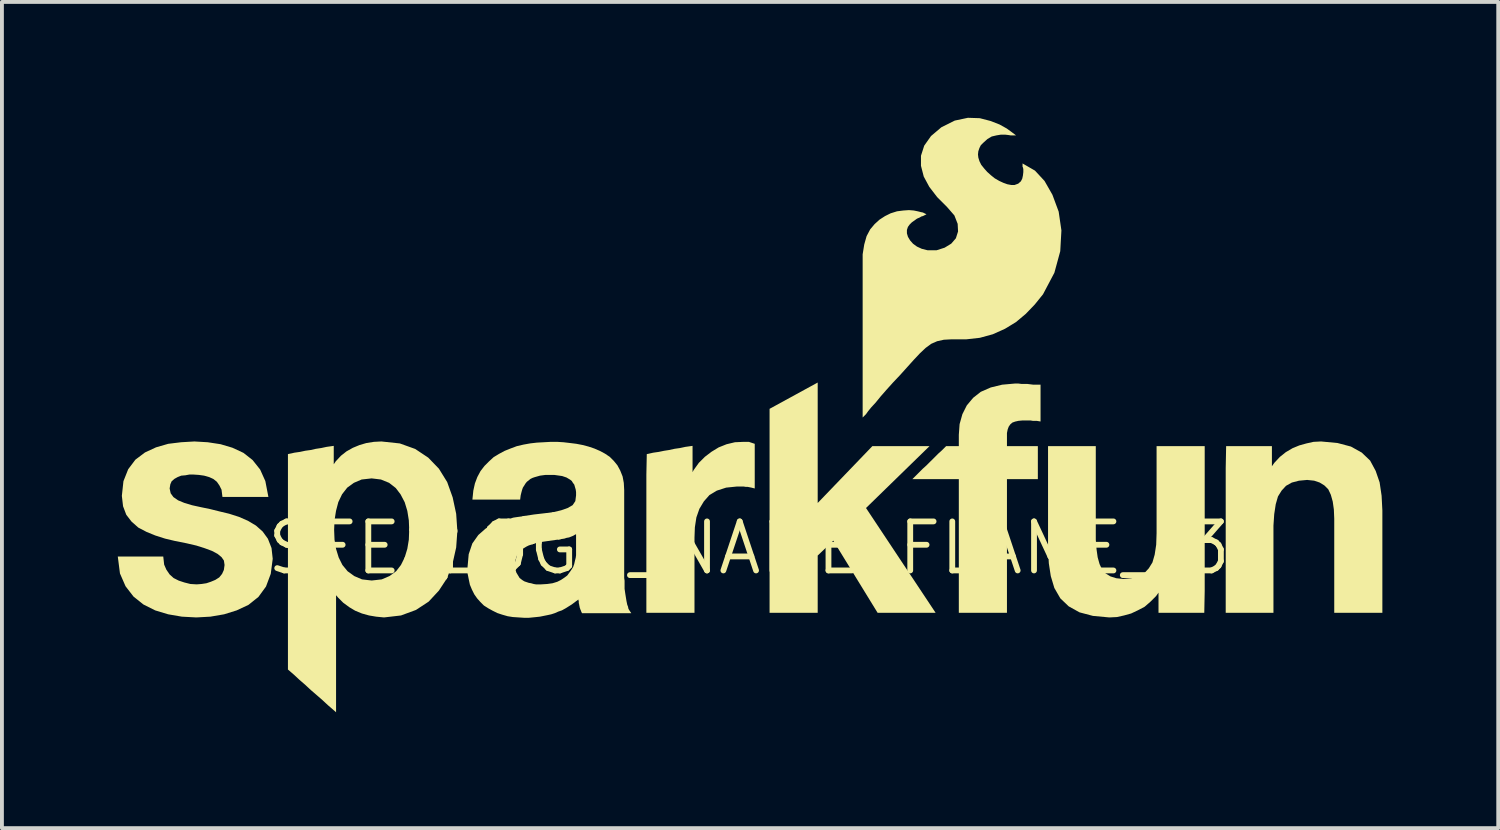
<source format=kicad_pcb>
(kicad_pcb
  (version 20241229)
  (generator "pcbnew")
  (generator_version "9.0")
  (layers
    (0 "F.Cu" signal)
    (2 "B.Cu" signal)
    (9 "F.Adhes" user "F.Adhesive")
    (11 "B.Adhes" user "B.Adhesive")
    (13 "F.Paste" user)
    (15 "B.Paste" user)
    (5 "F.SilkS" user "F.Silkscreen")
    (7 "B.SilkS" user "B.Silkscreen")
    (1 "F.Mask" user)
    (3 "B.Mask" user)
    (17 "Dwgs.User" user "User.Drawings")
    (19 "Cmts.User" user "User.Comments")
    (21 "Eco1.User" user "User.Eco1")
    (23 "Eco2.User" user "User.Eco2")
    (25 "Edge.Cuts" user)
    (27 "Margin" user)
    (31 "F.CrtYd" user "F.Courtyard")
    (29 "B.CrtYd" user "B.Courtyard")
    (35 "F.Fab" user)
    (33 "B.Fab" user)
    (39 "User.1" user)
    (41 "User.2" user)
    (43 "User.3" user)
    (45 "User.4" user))
  (footprint "SFE_LOGO_NAME_FLAME_.3"
    (layer "F.Cu")
    (at 16.344 11.14)
    (property "Reference" "SFE_LOGO_NAME_FLAME_.3" (at 0 0 0) (layer "F.SilkS") (effects (font (size 1.27 1.27) (thickness 0.15))))
    (fp_poly (pts (xy -7.55 -0.479) (xy -7.583 -0.016) (xy -7.674 0.389) (xy -7.83 0.811) (xy -8.927 0.278) (xy -8.848 0.019) (xy -8.809 -0.216) (xy -8.798 -0.511)) (stroke (width 0) (type solid)) (fill yes) (layer "F.SilkS"))
    (fp_poly (pts (xy -4.875 -0.23) (xy -5.335 -0.164) (xy -5.393 -0.155) (xy -5.463 -0.135) (xy -5.532 -0.125) (xy -5.625 -0.094) (xy -5.872 -0.823) (xy -5.566 -0.87) (xy -5.306 -0.9) (xy -5.031 -0.934)) (stroke (width 0) (type solid)) (fill yes) (layer "F.SilkS"))
    (fp_poly (pts (xy 1.777 -1.167) (xy 3.193 -2.64) (xy 4.673 -2.64) (xy 3.028 -1.037) (xy 4.83 1.676) (xy 3.328 1.676) (xy 2.181 -0.192) (xy 1.777 0.194) (xy 1.777 1.676) (xy 0.531 1.676) (xy 0.531 -3.605) (xy 1.777 -4.286)) (stroke (width 0) (type solid)) (fill yes) (layer "F.SilkS"))
    (fp_poly (pts (xy 0.147 -2.699) (xy 0.147 -1.543) (xy 0.061 -1.565) (xy -0.035 -1.584) (xy -0.084 -1.584) (xy -0.144 -1.594) (xy -0.309 -1.594) (xy -0.593 -1.565) (xy -0.835 -1.487) (xy -1.026 -1.372) (xy -1.17 -1.209) (xy -1.286 -1.016) (xy -1.364 -0.793) (xy -1.403 -0.538) (xy -1.413 -0.271) (xy -1.413 1.676) (xy -2.659 1.676) (xy -2.659 -1.902) (xy -2.648 -2.433) (xy -2.478 -2.47) (xy -2.338 -2.49) (xy -2.198 -2.519) (xy -2.068 -2.539) (xy -1.928 -2.57) (xy -1.788 -2.59) (xy -1.648 -2.62) (xy -1.463 -2.646) (xy -1.463 -1.966) (xy -1.433 -2.022) (xy -1.3 -2.207) (xy -1.146 -2.361) (xy -0.973 -2.493) (xy -0.788 -2.606) (xy -0.583 -2.688) (xy -0.366 -2.74) (xy -0.142 -2.75) (xy -0.005 -2.75)) (stroke (width 0) (type solid)) (fill yes) (layer "F.SilkS"))
    (fp_poly (pts (xy 7.051 -4.25) (xy 7.201 -4.25) (xy 7.361 -4.23) (xy 7.547 -4.23) (xy 7.547 -3.277) (xy 7.446 -3.294) (xy 7.346 -3.294) (xy 7.286 -3.304) (xy 7.081 -3.304) (xy 6.975 -3.294) (xy 6.89 -3.275) (xy 6.818 -3.249) (xy 6.767 -3.206) (xy 6.723 -3.144) (xy 6.696 -3.072) (xy 6.677 -2.978) (xy 6.677 -2.64) (xy 7.477 -2.64) (xy 7.477 -1.784) (xy 6.677 -1.784) (xy 6.677 1.676) (xy 5.431 1.676) (xy 5.431 -1.784) (xy 4.227 -1.784) (xy 4.493 -2.05) (xy 4.593 -2.14) (xy 4.893 -2.44) (xy 4.993 -2.53) (xy 5.103 -2.64) (xy 5.431 -2.64) (xy 5.431 -2.933) (xy 5.451 -3.209) (xy 5.523 -3.466) (xy 5.637 -3.693) (xy 5.802 -3.89) (xy 5.999 -4.045) (xy 6.257 -4.158) (xy 6.553 -4.23) (xy 6.887 -4.26) (xy 6.971 -4.26)) (stroke (width 0) (type solid)) (fill yes) (layer "F.SilkS"))
    (fp_poly (pts (xy 8.977 -0.214) (xy 8.997 0.034) (xy 9.026 0.24) (xy 9.075 0.415) (xy 9.141 0.557) (xy 9.234 0.658) (xy 9.355 0.733) (xy 9.507 0.781) (xy 9.689 0.8) (xy 9.902 0.78) (xy 10.085 0.732) (xy 10.235 0.648) (xy 10.349 0.525) (xy 10.444 0.372) (xy 10.502 0.17) (xy 10.541 -0.086) (xy 10.551 -0.383) (xy 10.551 -2.64) (xy 11.797 -2.64) (xy 11.797 1.108) (xy 11.786 1.676) (xy 10.601 1.676) (xy 10.601 1.154) (xy 10.538 1.243) (xy 10.395 1.386) (xy 10.241 1.52) (xy 10.066 1.612) (xy 9.892 1.694) (xy 9.708 1.745) (xy 9.524 1.786) (xy 9.328 1.796) (xy 8.902 1.756) (xy 8.555 1.664) (xy 8.276 1.509) (xy 8.059 1.302) (xy 7.904 1.033) (xy 7.812 0.726) (xy 7.761 0.392) (xy 7.741 0.009) (xy 7.741 -2.64) (xy 8.977 -2.64)) (stroke (width 0) (type solid)) (fill yes) (layer "F.SilkS"))
    (fp_poly (pts (xy 15.236 -2.72) (xy 15.583 -2.628) (xy 15.862 -2.473) (xy 16.08 -2.265) (xy 16.224 -1.997) (xy 16.326 -1.701) (xy 16.377 -1.356) (xy 16.397 -0.973) (xy 16.397 1.676) (xy 15.151 1.676) (xy 15.151 -0.761) (xy 15.141 -0.999) (xy 15.112 -1.204) (xy 15.063 -1.379) (xy 14.997 -1.52) (xy 14.895 -1.622) (xy 14.773 -1.697) (xy 14.631 -1.745) (xy 14.449 -1.764) (xy 14.236 -1.744) (xy 14.053 -1.696) (xy 13.903 -1.612) (xy 13.789 -1.489) (xy 13.694 -1.336) (xy 13.636 -1.134) (xy 13.597 -0.878) (xy 13.577 -0.581) (xy 13.577 1.676) (xy 12.341 1.676) (xy 12.341 -2.072) (xy 12.352 -2.64) (xy 13.537 -2.64) (xy 13.537 -2.118) (xy 13.599 -2.206) (xy 13.743 -2.36) (xy 13.897 -2.483) (xy 14.072 -2.586) (xy 14.247 -2.658) (xy 14.43 -2.709) (xy 14.614 -2.75) (xy 14.81 -2.76)) (stroke (width 0) (type solid)) (fill yes) (layer "F.SilkS"))
    (fp_poly (pts (xy -9.042 -2.709) (xy -8.644 -2.566) (xy -8.306 -2.341) (xy -8.031 -2.056) (xy -7.816 -1.709) (xy -7.674 -1.312) (xy -7.583 -0.887) (xy -7.55 -0.403) (xy -8.798 -0.435) (xy -8.809 -0.718) (xy -8.848 -0.963) (xy -8.916 -1.187) (xy -9.023 -1.391) (xy -9.148 -1.555) (xy -9.32 -1.689) (xy -9.531 -1.775) (xy -9.771 -1.804) (xy -10.031 -1.775) (xy -10.232 -1.689) (xy -10.404 -1.564) (xy -10.538 -1.392) (xy -10.635 -1.189) (xy -10.694 -0.964) (xy -10.733 -0.718) (xy -10.743 -0.472) (xy -10.733 -0.216) (xy -10.694 0.019) (xy -10.625 0.244) (xy -10.529 0.437) (xy -10.395 0.6) (xy -10.222 0.725) (xy -10.021 0.811) (xy -9.771 0.84) (xy -9.511 0.811) (xy -9.31 0.725) (xy -9.138 0.6) (xy -9.013 0.438) (xy -8.898 0.207) (xy -7.795 0.743) (xy -8.031 1.102) (xy -8.296 1.387) (xy -8.624 1.602) (xy -9.012 1.745) (xy -9.451 1.796) (xy -9.656 1.776) (xy -9.839 1.745) (xy -10.023 1.694) (xy -10.198 1.622) (xy -10.352 1.53) (xy -10.506 1.417) (xy -10.639 1.284) (xy -10.693 1.221) (xy -10.693 4.251) (xy -10.906 4.066) (xy -11.046 3.936) (xy -11.346 3.676) (xy -11.486 3.546) (xy -11.636 3.416) (xy -11.776 3.286) (xy -11.939 3.145) (xy -11.939 -2.433) (xy -11.768 -2.47) (xy -11.628 -2.49) (xy -11.488 -2.52) (xy -11.348 -2.539) (xy -11.218 -2.569) (xy -11.078 -2.59) (xy -10.938 -2.62) (xy -10.753 -2.646) (xy -10.753 -2.17) (xy -10.701 -2.246) (xy -10.567 -2.39) (xy -10.422 -2.504) (xy -10.258 -2.596) (xy -10.084 -2.668) (xy -9.909 -2.719) (xy -9.715 -2.75) (xy -9.52 -2.76)) (stroke (width 0) (type solid)) (fill yes) (layer "F.SilkS"))
    (fp_poly (pts (xy -14.017 -2.74) (xy -13.683 -2.689) (xy -13.377 -2.598) (xy -13.091 -2.465) (xy -12.854 -2.279) (xy -12.658 -2.032) (xy -12.524 -1.734) (xy -12.445 -1.324) (xy -13.635 -1.324) (xy -13.658 -1.511) (xy -13.714 -1.622) (xy -13.779 -1.716) (xy -13.871 -1.789) (xy -13.974 -1.836) (xy -14.109 -1.875) (xy -14.245 -1.894) (xy -14.392 -1.904) (xy -14.488 -1.904) (xy -14.596 -1.884) (xy -14.702 -1.875) (xy -14.795 -1.838) (xy -14.879 -1.791) (xy -14.95 -1.729) (xy -14.984 -1.651) (xy -15.002 -1.543) (xy -14.975 -1.418) (xy -14.904 -1.32) (xy -14.783 -1.236) (xy -14.618 -1.168) (xy -14.421 -1.109) (xy -14.193 -1.059) (xy -13.952 -1.009) (xy -13.712 -0.949) (xy -13.461 -0.889) (xy -13.208 -0.808) (xy -12.974 -0.706) (xy -12.768 -0.583) (xy -12.593 -0.428) (xy -12.457 -0.24) (xy -12.364 -0.001) (xy -12.333 0.278) (xy -12.384 0.667) (xy -12.507 0.996) (xy -12.703 1.265) (xy -12.961 1.471) (xy -13.267 1.614) (xy -13.592 1.715) (xy -13.947 1.776) (xy -14.311 1.796) (xy -14.685 1.776) (xy -15.04 1.715) (xy -15.375 1.614) (xy -15.682 1.46) (xy -15.938 1.255) (xy -16.144 0.988) (xy -16.288 0.658) (xy -16.344 0.22) (xy -15.167 0.22) (xy -15.144 0.428) (xy -15.087 0.559) (xy -15.002 0.683) (xy -14.899 0.776) (xy -14.766 0.843) (xy -14.62 0.891) (xy -14.465 0.93) (xy -14.301 0.94) (xy -14.175 0.93) (xy -14.05 0.911) (xy -13.934 0.872) (xy -13.819 0.824) (xy -13.717 0.759) (xy -13.644 0.668) (xy -13.598 0.567) (xy -13.58 0.438) (xy -13.597 0.323) (xy -13.659 0.234) (xy -13.762 0.15) (xy -13.907 0.073) (xy -14.093 0.004) (xy -14.311 -0.065) (xy -14.569 -0.125) (xy -14.869 -0.185) (xy -15.121 -0.245) (xy -15.374 -0.326) (xy -15.597 -0.417) (xy -15.813 -0.53) (xy -15.989 -0.686) (xy -16.125 -0.863) (xy -16.208 -1.083) (xy -16.239 -1.352) (xy -16.198 -1.731) (xy -16.075 -2.041) (xy -15.888 -2.289) (xy -15.641 -2.475) (xy -15.354 -2.608) (xy -15.039 -2.699) (xy -14.704 -2.74) (xy -14.361 -2.76)) (stroke (width 0) (type solid)) (fill yes) (layer "F.SilkS"))
    (fp_poly (pts (xy 5.974 -11.13) (xy 6.251 -11.058) (xy 6.485 -10.967) (xy 6.67 -10.864) (xy 6.782 -10.783) (xy 6.913 -10.684) (xy 6.776 -10.684) (xy 6.714 -10.694) (xy 6.627 -10.704) (xy 6.522 -10.704) (xy 6.406 -10.685) (xy 6.283 -10.656) (xy 6.172 -10.591) (xy 6.065 -10.494) (xy 6 -10.429) (xy 5.964 -10.357) (xy 5.936 -10.274) (xy 5.927 -10.192) (xy 5.936 -10.11) (xy 5.965 -10.016) (xy 6.011 -9.923) (xy 6.088 -9.827) (xy 6.166 -9.739) (xy 6.264 -9.651) (xy 6.361 -9.573) (xy 6.477 -9.506) (xy 6.583 -9.457) (xy 6.689 -9.419) (xy 6.792 -9.4) (xy 6.872 -9.4) (xy 6.969 -9.435) (xy 7.038 -9.496) (xy 7.073 -9.565) (xy 7.091 -9.648) (xy 7.101 -9.734) (xy 7.101 -9.808) (xy 7.093 -9.85) (xy 7.081 -9.873) (xy 7.081 -9.958) (xy 7.403 -9.772) (xy 7.65 -9.505) (xy 7.854 -9.148) (xy 8.016 -8.711) (xy 8.087 -8.224) (xy 8.057 -7.686) (xy 7.905 -7.128) (xy 7.611 -6.571) (xy 7.398 -6.307) (xy 7.165 -6.064) (xy 6.911 -5.851) (xy 6.627 -5.678) (xy 6.312 -5.536) (xy 5.976 -5.444) (xy 5.621 -5.404) (xy 5.23 -5.404) (xy 5.044 -5.394) (xy 4.871 -5.356) (xy 4.718 -5.289) (xy 4.573 -5.183) (xy 4.426 -5.045) (xy 4.267 -4.876) (xy 4.097 -4.687) (xy 3.907 -4.476) (xy 3.727 -4.286) (xy 3.557 -4.097) (xy 3.408 -3.927) (xy 3.278 -3.767) (xy 3.158 -3.637) (xy 3.079 -3.539) (xy 3.028 -3.467) (xy 2.941 -3.38) (xy 2.941 -7.605) (xy 2.982 -7.86) (xy 3.043 -8.076) (xy 3.137 -8.253) (xy 3.251 -8.388) (xy 3.376 -8.502) (xy 3.52 -8.595) (xy 3.665 -8.667) (xy 3.831 -8.719) (xy 3.995 -8.74) (xy 4.139 -8.75) (xy 4.264 -8.74) (xy 4.367 -8.719) (xy 4.447 -8.699) (xy 4.501 -8.688) (xy 4.594 -8.642) (xy 4.502 -8.596) (xy 4.464 -8.586) (xy 4.416 -8.558) (xy 4.348 -8.529) (xy 4.214 -8.433) (xy 4.158 -8.377) (xy 4.113 -8.315) (xy 4.087 -8.236) (xy 4.087 -8.148) (xy 4.114 -8.058) (xy 4.17 -7.965) (xy 4.245 -7.88) (xy 4.348 -7.805) (xy 4.472 -7.748) (xy 4.624 -7.71) (xy 4.853 -7.71) (xy 5.063 -7.777) (xy 5.234 -7.881) (xy 5.355 -8.021) (xy 5.411 -8.197) (xy 5.401 -8.394) (xy 5.316 -8.612) (xy 5.121 -8.836) (xy 4.87 -9.087) (xy 4.667 -9.351) (xy 4.523 -9.618) (xy 4.451 -9.897) (xy 4.451 -10.158) (xy 4.535 -10.419) (xy 4.711 -10.668) (xy 4.978 -10.894) (xy 5.326 -11.068) (xy 5.666 -11.14)) (stroke (width 0) (type solid)) (fill yes) (layer "F.SilkS"))
    (fp_poly (pts (xy -4.808 -2.74) (xy -4.636 -2.72) (xy -4.475 -2.7) (xy -4.313 -2.669) (xy -4.16 -2.629) (xy -4.007 -2.578) (xy -3.864 -2.516) (xy -3.731 -2.445) (xy -3.607 -2.362) (xy -3.503 -2.258) (xy -3.409 -2.143) (xy -3.336 -2.008) (xy -3.274 -1.853) (xy -3.243 -1.687) (xy -3.233 -1.503) (xy -3.233 0.775) (xy -3.223 0.845) (xy -3.223 1.055) (xy -3.203 1.192) (xy -3.174 1.371) (xy -3.154 1.467) (xy -3.134 1.517) (xy -3.125 1.566) (xy -3.108 1.599) (xy -3.05 1.686) (xy -4.325 1.686) (xy -4.346 1.643) (xy -4.356 1.613) (xy -4.366 1.593) (xy -4.389 1.524) (xy -4.389 1.504) (xy -4.399 1.474) (xy -4.399 1.454) (xy -4.409 1.424) (xy -4.409 1.374) (xy -4.419 1.344) (xy -4.419 1.33) (xy -4.426 1.337) (xy -4.589 1.459) (xy -4.752 1.561) (xy -4.846 1.613) (xy -4.937 1.644) (xy -5.027 1.684) (xy -5.121 1.715) (xy -5.213 1.735) (xy -5.415 1.776) (xy -5.507 1.786) (xy -5.709 1.806) (xy -5.812 1.806) (xy -6.115 1.786) (xy -6.249 1.765) (xy -6.392 1.724) (xy -6.516 1.683) (xy -6.639 1.622) (xy -6.75 1.561) (xy -6.865 1.488) (xy -6.959 1.394) (xy -7.041 1.302) (xy -7.114 1.198) (xy -7.176 1.074) (xy -7.228 0.949) (xy -7.258 0.806) (xy -7.289 0.652) (xy -7.289 0.496) (xy -7.259 0.16) (xy -7.165 -0.119) (xy -7.01 -0.338) (xy -6.823 -0.503) (xy -6.597 -0.627) (xy -6.353 -0.718) (xy -6.099 -0.789) (xy -5.795 -0.834) (xy -5.553 -0.118) (xy -5.706 -0.067) (xy -5.763 -0.039) (xy -5.859 0.019) (xy -5.906 0.056) (xy -5.943 0.093) (xy -5.98 0.14) (xy -6.006 0.184) (xy -6.044 0.297) (xy -6.053 0.361) (xy -6.053 0.505) (xy -6.044 0.57) (xy -6.026 0.633) (xy -5.942 0.773) (xy -5.898 0.808) (xy -5.86 0.836) (xy -5.815 0.863) (xy -5.702 0.901) (xy -5.643 0.911) (xy -5.573 0.931) (xy -5.518 0.94) (xy -5.382 0.94) (xy -5.225 0.93) (xy -5.089 0.911) (xy -4.965 0.873) (xy -4.87 0.825) (xy -4.783 0.767) (xy -4.708 0.711) (xy -4.652 0.635) (xy -4.603 0.567) (xy -4.555 0.491) (xy -4.528 0.417) (xy -4.508 0.329) (xy -4.488 0.251) (xy -4.479 0.185) (xy -4.479 -0.358) (xy -4.504 -0.348) (xy -4.554 -0.318) (xy -4.661 -0.275) (xy -4.722 -0.265) (xy -4.782 -0.245) (xy -4.855 -0.234) (xy -4.95 -0.218) (xy -5.106 -0.92) (xy -4.862 -0.979) (xy -4.697 -1.037) (xy -4.568 -1.111) (xy -4.498 -1.216) (xy -4.479 -1.364) (xy -4.479 -1.449) (xy -4.488 -1.514) (xy -4.526 -1.644) (xy -4.562 -1.69) (xy -4.59 -1.737) (xy -4.633 -1.771) (xy -4.727 -1.827) (xy -4.84 -1.865) (xy -5.044 -1.894) (xy -5.269 -1.894) (xy -5.346 -1.884) (xy -5.413 -1.875) (xy -5.55 -1.836) (xy -5.606 -1.817) (xy -5.66 -1.79) (xy -5.754 -1.715) (xy -5.79 -1.67) (xy -5.819 -1.622) (xy -5.856 -1.565) (xy -5.875 -1.511) (xy -5.894 -1.442) (xy -5.913 -1.365) (xy -5.927 -1.254) (xy -7.163 -1.254) (xy -7.139 -1.488) (xy -7.098 -1.673) (xy -7.036 -1.838) (xy -6.953 -1.993) (xy -6.85 -2.127) (xy -6.737 -2.24) (xy -6.614 -2.353) (xy -6.48 -2.435) (xy -6.327 -2.517) (xy -6.175 -2.578) (xy -6.012 -2.639) (xy -5.839 -2.679) (xy -5.667 -2.71) (xy -5.494 -2.73) (xy -5.132 -2.75) (xy -4.97 -2.75)) (stroke (width 0) (type solid)) (fill yes) (layer "F.SilkS")))
  (gr_rect
    (start -3 -3)
    (end 35.741 18.392)
    (stroke (width 0.1) (type default))
    (fill no)
    (layer "Edge.Cuts")))
</source>
